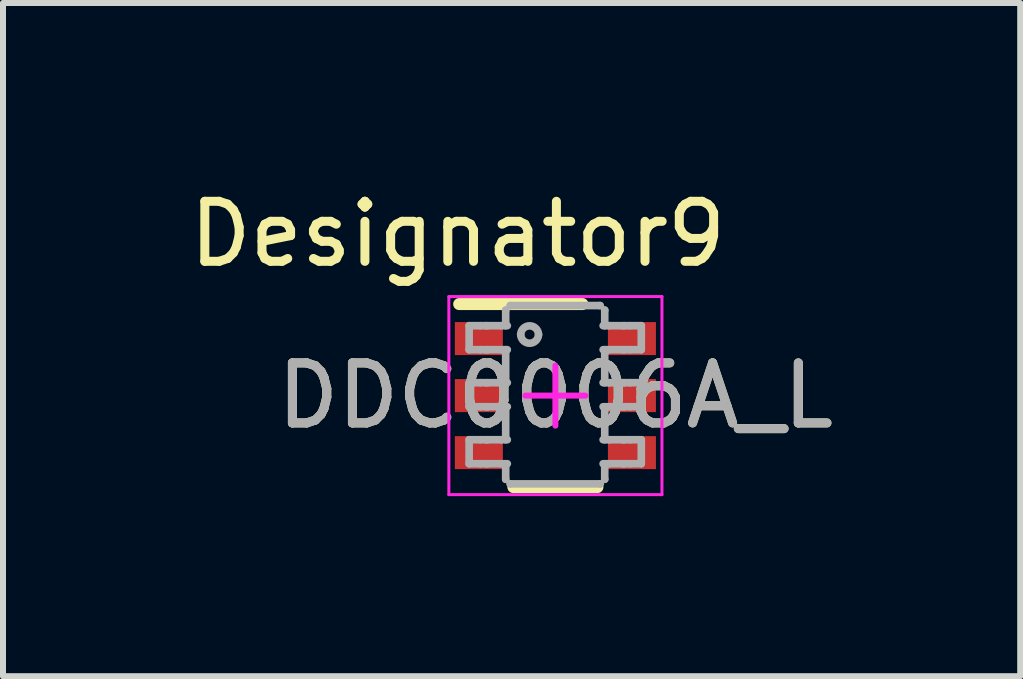
<source format=kicad_pcb>
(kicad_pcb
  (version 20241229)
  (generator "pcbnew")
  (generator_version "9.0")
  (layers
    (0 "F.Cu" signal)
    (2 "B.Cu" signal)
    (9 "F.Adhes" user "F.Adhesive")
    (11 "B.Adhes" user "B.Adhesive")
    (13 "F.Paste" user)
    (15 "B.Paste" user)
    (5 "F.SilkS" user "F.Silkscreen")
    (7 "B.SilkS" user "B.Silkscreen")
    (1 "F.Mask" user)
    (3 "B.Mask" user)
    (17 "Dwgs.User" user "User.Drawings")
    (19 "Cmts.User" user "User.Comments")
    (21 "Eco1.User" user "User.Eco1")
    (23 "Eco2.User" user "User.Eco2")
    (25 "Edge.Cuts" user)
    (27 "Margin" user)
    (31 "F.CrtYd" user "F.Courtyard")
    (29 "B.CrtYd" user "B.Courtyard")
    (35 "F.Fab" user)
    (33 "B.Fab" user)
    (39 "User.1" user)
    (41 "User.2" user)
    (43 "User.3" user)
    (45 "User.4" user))
  (footprint "DDC0006A_L"
    (layer "F.Cu")
    (at 6.203 3.541)
    (property "Reference" "DDC0006A_L" (at 0 0 0) (unlocked yes) (layer "F.SilkS") (effects (font (size 1 1) (thickness 0.15))))
    (attr smd)
    (fp_line (start -1.603 -1.525) (end 0.45 -1.525) (stroke (width 0.2) (type solid)) (layer "F.SilkS"))
    (fp_line (start -0.7 1.524) (end 0.7 1.524) (stroke (width 0.2) (type solid)) (layer "F.SilkS"))
    (fp_line (start -1.775 -1.65) (end 1.775 -1.65) (stroke (width 0.05) (type solid)) (layer "F.CrtYd"))
    (fp_line (start -1.775 1.65) (end -1.775 -1.65) (stroke (width 0.05) (type solid)) (layer "F.CrtYd"))
    (fp_line (start -1.775 1.65) (end 1.775 1.65) (stroke (width 0.05) (type solid)) (layer "F.CrtYd"))
    (fp_line (start -0.5 0) (end 0.5 0) (stroke (width 0.1) (type solid)) (layer "F.CrtYd"))
    (fp_line (start 0 0.5) (end 0 -0.5) (stroke (width 0.1) (type solid)) (layer "F.CrtYd"))
    (fp_line (start 1.775 1.65) (end 1.775 -1.65) (stroke (width 0.05) (type solid)) (layer "F.CrtYd"))
    (fp_line (start -1.437 -1.165) (end -1.251 -1.165) (stroke (width 0.127) (type solid)) (layer "F.Fab"))
    (fp_line (start -1.437 -0.765) (end -1.437 -1.165) (stroke (width 0.127) (type solid)) (layer "F.Fab"))
    (fp_line (start -1.437 -0.765) (end -1.251 -0.765) (stroke (width 0.127) (type solid)) (layer "F.Fab"))
    (fp_line (start -1.437 -0.215) (end -1.251 -0.215) (stroke (width 0.127) (type solid)) (layer "F.Fab"))
    (fp_line (start -1.437 0.185) (end -1.437 -0.215) (stroke (width 0.127) (type solid)) (layer "F.Fab"))
    (fp_line (start -1.437 0.185) (end -1.251 0.185) (stroke (width 0.127) (type solid)) (layer "F.Fab"))
    (fp_line (start -1.437 0.735) (end -1.251 0.735) (stroke (width 0.127) (type solid)) (layer "F.Fab"))
    (fp_line (start -1.437 1.135) (end -1.437 0.735) (stroke (width 0.127) (type solid)) (layer "F.Fab"))
    (fp_line (start -1.437 1.135) (end -1.251 1.135) (stroke (width 0.127) (type solid)) (layer "F.Fab"))
    (fp_line (start -1.251 -1.165) (end -1.159 -1.165) (stroke (width 0.127) (type solid)) (layer "F.Fab"))
    (fp_line (start -1.251 -0.765) (end -1.159 -0.765) (stroke (width 0.127) (type solid)) (layer "F.Fab"))
    (fp_line (start -1.251 -0.215) (end -1.159 -0.215) (stroke (width 0.127) (type solid)) (layer "F.Fab"))
    (fp_line (start -1.251 0.185) (end -1.159 0.185) (stroke (width 0.127) (type solid)) (layer "F.Fab"))
    (fp_line (start -1.251 0.735) (end -1.159 0.735) (stroke (width 0.127) (type solid)) (layer "F.Fab"))
    (fp_line (start -1.251 1.135) (end -1.159 1.135) (stroke (width 0.127) (type solid)) (layer "F.Fab"))
    (fp_line (start -1.159 -1.165) (end -1.128 -1.165) (stroke (width 0.127) (type solid)) (layer "F.Fab"))
    (fp_line (start -1.159 -0.765) (end -1.128 -0.765) (stroke (width 0.127) (type solid)) (layer "F.Fab"))
    (fp_line (start -1.159 -0.215) (end -1.128 -0.215) (stroke (width 0.127) (type solid)) (layer "F.Fab"))
    (fp_line (start -1.159 0.185) (end -1.128 0.185) (stroke (width 0.127) (type solid)) (layer "F.Fab"))
    (fp_line (start -1.159 0.735) (end -1.128 0.735) (stroke (width 0.127) (type solid)) (layer "F.Fab"))
    (fp_line (start -1.159 1.135) (end -1.128 1.135) (stroke (width 0.127) (type solid)) (layer "F.Fab"))
    (fp_line (start -1.128 -1.165) (end -0.903 -1.165) (stroke (width 0.127) (type solid)) (layer "F.Fab"))
    (fp_line (start -1.128 -0.765) (end -0.903 -0.765) (stroke (width 0.127) (type solid)) (layer "F.Fab"))
    (fp_line (start -1.128 -0.215) (end -0.903 -0.215) (stroke (width 0.127) (type solid)) (layer "F.Fab"))
    (fp_line (start -1.128 0.185) (end -0.903 0.185) (stroke (width 0.127) (type solid)) (layer "F.Fab"))
    (fp_line (start -1.128 0.735) (end -0.903 0.735) (stroke (width 0.127) (type solid)) (layer "F.Fab"))
    (fp_line (start -1.128 1.135) (end -0.903 1.135) (stroke (width 0.127) (type solid)) (layer "F.Fab"))
    (fp_line (start -0.903 -1.165) (end -0.801 -1.165) (stroke (width 0.127) (type solid)) (layer "F.Fab"))
    (fp_line (start -0.903 -0.765) (end -0.801 -0.765) (stroke (width 0.127) (type solid)) (layer "F.Fab"))
    (fp_line (start -0.903 -0.215) (end -0.801 -0.215) (stroke (width 0.127) (type solid)) (layer "F.Fab"))
    (fp_line (start -0.903 0.185) (end -0.801 0.185) (stroke (width 0.127) (type solid)) (layer "F.Fab"))
    (fp_line (start -0.903 0.735) (end -0.801 0.735) (stroke (width 0.127) (type solid)) (layer "F.Fab"))
    (fp_line (start -0.903 1.135) (end -0.801 1.135) (stroke (width 0.127) (type solid)) (layer "F.Fab"))
    (fp_line (start -0.828 -1.422) (end -0.828 -1.426) (stroke (width 0.127) (type solid)) (layer "F.Fab"))
    (fp_line (start -0.828 -1.165) (end -0.828 -1.422) (stroke (width 0.127) (type solid)) (layer "F.Fab"))
    (fp_line (start -0.828 -0.215) (end -0.828 -0.765) (stroke (width 0.127) (type solid)) (layer "F.Fab"))
    (fp_line (start -0.828 0.735) (end -0.828 0.185) (stroke (width 0.127) (type solid)) (layer "F.Fab"))
    (fp_line (start -0.828 1.392) (end -0.828 1.135) (stroke (width 0.127) (type solid)) (layer "F.Fab"))
    (fp_line (start -0.828 1.395) (end -0.828 1.392) (stroke (width 0.127) (type solid)) (layer "F.Fab"))
    (fp_line (start -0.754 -1.5) (end -0.75 -1.5) (stroke (width 0.127) (type solid)) (layer "F.Fab"))
    (fp_line (start -0.754 1.47) (end -0.75 1.47) (stroke (width 0.127) (type solid)) (layer "F.Fab"))
    (fp_line (start -0.75 -1.5) (end 0.743 -1.5) (stroke (width 0.127) (type solid)) (layer "F.Fab"))
    (fp_line (start -0.75 1.47) (end 0.743 1.47) (stroke (width 0.127) (type solid)) (layer "F.Fab"))
    (fp_line (start 0.743 -1.5) (end 0.747 -1.5) (stroke (width 0.127) (type solid)) (layer "F.Fab"))
    (fp_line (start 0.743 1.47) (end 0.747 1.47) (stroke (width 0.127) (type solid)) (layer "F.Fab"))
    (fp_line (start 0.795 -1.165) (end 0.896 -1.165) (stroke (width 0.127) (type solid)) (layer "F.Fab"))
    (fp_line (start 0.795 -0.765) (end 0.896 -0.765) (stroke (width 0.127) (type solid)) (layer "F.Fab"))
    (fp_line (start 0.795 -0.215) (end 0.896 -0.215) (stroke (width 0.127) (type solid)) (layer "F.Fab"))
    (fp_line (start 0.795 0.185) (end 0.896 0.185) (stroke (width 0.127) (type solid)) (layer "F.Fab"))
    (fp_line (start 0.795 0.735) (end 0.896 0.735) (stroke (width 0.127) (type solid)) (layer "F.Fab"))
    (fp_line (start 0.795 1.135) (end 0.896 1.135) (stroke (width 0.127) (type solid)) (layer "F.Fab"))
    (fp_line (start 0.822 -1.422) (end 0.822 -1.426) (stroke (width 0.127) (type solid)) (layer "F.Fab"))
    (fp_line (start 0.822 -1.165) (end 0.822 -1.422) (stroke (width 0.127) (type solid)) (layer "F.Fab"))
    (fp_line (start 0.822 -0.215) (end 0.822 -0.765) (stroke (width 0.127) (type solid)) (layer "F.Fab"))
    (fp_line (start 0.822 0.735) (end 0.822 0.185) (stroke (width 0.127) (type solid)) (layer "F.Fab"))
    (fp_line (start 0.822 1.392) (end 0.822 1.135) (stroke (width 0.127) (type solid)) (layer "F.Fab"))
    (fp_line (start 0.822 1.395) (end 0.822 1.392) (stroke (width 0.127) (type solid)) (layer "F.Fab"))
    (fp_line (start 0.896 -1.165) (end 1.122 -1.165) (stroke (width 0.127) (type solid)) (layer "F.Fab"))
    (fp_line (start 0.896 -0.765) (end 1.122 -0.765) (stroke (width 0.127) (type solid)) (layer "F.Fab"))
    (fp_line (start 0.896 -0.215) (end 1.122 -0.215) (stroke (width 0.127) (type solid)) (layer "F.Fab"))
    (fp_line (start 0.896 0.185) (end 1.122 0.185) (stroke (width 0.127) (type solid)) (layer "F.Fab"))
    (fp_line (start 0.896 0.735) (end 1.122 0.735) (stroke (width 0.127) (type solid)) (layer "F.Fab"))
    (fp_line (start 0.896 1.135) (end 1.122 1.135) (stroke (width 0.127) (type solid)) (layer "F.Fab"))
    (fp_line (start 1.122 -1.165) (end 1.152 -1.165) (stroke (width 0.127) (type solid)) (layer "F.Fab"))
    (fp_line (start 1.122 -0.765) (end 1.152 -0.765) (stroke (width 0.127) (type solid)) (layer "F.Fab"))
    (fp_line (start 1.122 -0.215) (end 1.152 -0.215) (stroke (width 0.127) (type solid)) (layer "F.Fab"))
    (fp_line (start 1.122 0.185) (end 1.152 0.185) (stroke (width 0.127) (type solid)) (layer "F.Fab"))
    (fp_line (start 1.122 0.735) (end 1.152 0.735) (stroke (width 0.127) (type solid)) (layer "F.Fab"))
    (fp_line (start 1.122 1.135) (end 1.152 1.135) (stroke (width 0.127) (type solid)) (layer "F.Fab"))
    (fp_line (start 1.152 -1.165) (end 1.245 -1.165) (stroke (width 0.127) (type solid)) (layer "F.Fab"))
    (fp_line (start 1.152 -0.765) (end 1.245 -0.765) (stroke (width 0.127) (type solid)) (layer "F.Fab"))
    (fp_line (start 1.152 -0.215) (end 1.245 -0.215) (stroke (width 0.127) (type solid)) (layer "F.Fab"))
    (fp_line (start 1.152 0.185) (end 1.245 0.185) (stroke (width 0.127) (type solid)) (layer "F.Fab"))
    (fp_line (start 1.152 0.735) (end 1.245 0.735) (stroke (width 0.127) (type solid)) (layer "F.Fab"))
    (fp_line (start 1.152 1.135) (end 1.245 1.135) (stroke (width 0.127) (type solid)) (layer "F.Fab"))
    (fp_line (start 1.245 -1.165) (end 1.431 -1.165) (stroke (width 0.127) (type solid)) (layer "F.Fab"))
    (fp_line (start 1.245 -0.765) (end 1.431 -0.765) (stroke (width 0.127) (type solid)) (layer "F.Fab"))
    (fp_line (start 1.245 -0.215) (end 1.431 -0.215) (stroke (width 0.127) (type solid)) (layer "F.Fab"))
    (fp_line (start 1.245 0.185) (end 1.431 0.185) (stroke (width 0.127) (type solid)) (layer "F.Fab"))
    (fp_line (start 1.245 0.735) (end 1.431 0.735) (stroke (width 0.127) (type solid)) (layer "F.Fab"))
    (fp_line (start 1.245 1.135) (end 1.431 1.135) (stroke (width 0.127) (type solid)) (layer "F.Fab"))
    (fp_line (start 1.431 -0.765) (end 1.431 -1.165) (stroke (width 0.127) (type solid)) (layer "F.Fab"))
    (fp_line (start 1.431 0.185) (end 1.431 -0.215) (stroke (width 0.127) (type solid)) (layer "F.Fab"))
    (fp_line (start 1.431 1.135) (end 1.431 0.735) (stroke (width 0.127) (type solid)) (layer "F.Fab"))
    (fp_arc (start -0.578322 -1.017679) (mid -0.429542 -1.166459) (end -0.280761 -1.017679) (stroke (width 0.127) (type solid)) (layer "F.Fab"))
    (fp_arc (start -0.280761 -1.017679) (mid -0.429542 -0.868898) (end -0.578322 -1.017679) (stroke (width 0.127) (type solid)) (layer "F.Fab"))
    (fp_text user "Designator9" (at -1.626 -2.692 0) (unlocked yes) (layer "F.SilkS") (effects (font (size 1 1) (thickness 0.15))))
    (fp_text user "${REFERENCE}" (at 0 0 0) (unlocked yes) (layer "F.Fab") (effects (font (size 1 1) (thickness 0.15))))
    (pad "1" smd rect (at -1.275 -0.95 90) (size 0.55 0.8) (layers "F.Cu" "F.Mask" "F.Paste"))
    (pad "2" smd rect (at -1.275 0 90) (size 0.55 0.8) (layers "F.Cu" "F.Mask" "F.Paste"))
    (pad "3" smd rect (at -1.275 0.95 90) (size 0.55 0.8) (layers "F.Cu" "F.Mask" "F.Paste"))
    (pad "4" smd rect (at 1.275 0.95 90) (size 0.55 0.8) (layers "F.Cu" "F.Mask" "F.Paste"))
    (pad "5" smd rect (at 1.275 0 90) (size 0.55 0.8) (layers "F.Cu" "F.Mask" "F.Paste"))
    (pad "6" smd rect (at 1.275 -0.95 90) (size 0.55 0.8) (layers "F.Cu" "F.Mask" "F.Paste")))
  (gr_rect
    (start -3 -3)
    (end 13.947 8.216)
    (stroke (width 0.1) (type default))
    (fill no)
    (layer "Edge.Cuts")))
</source>
